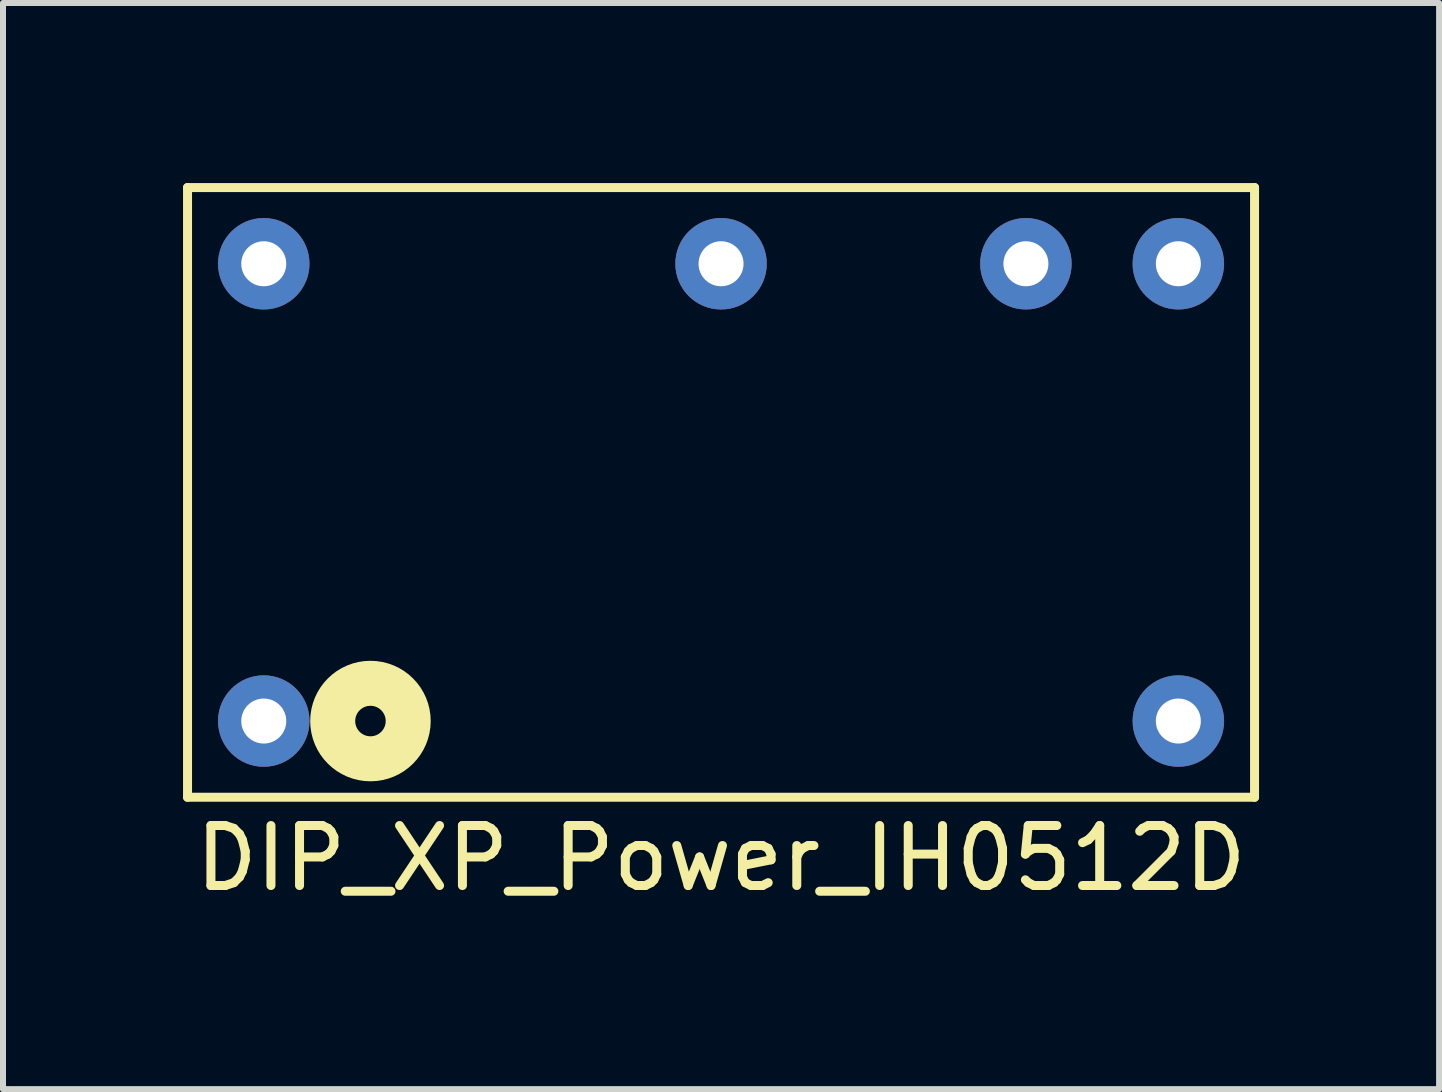
<source format=kicad_pcb>
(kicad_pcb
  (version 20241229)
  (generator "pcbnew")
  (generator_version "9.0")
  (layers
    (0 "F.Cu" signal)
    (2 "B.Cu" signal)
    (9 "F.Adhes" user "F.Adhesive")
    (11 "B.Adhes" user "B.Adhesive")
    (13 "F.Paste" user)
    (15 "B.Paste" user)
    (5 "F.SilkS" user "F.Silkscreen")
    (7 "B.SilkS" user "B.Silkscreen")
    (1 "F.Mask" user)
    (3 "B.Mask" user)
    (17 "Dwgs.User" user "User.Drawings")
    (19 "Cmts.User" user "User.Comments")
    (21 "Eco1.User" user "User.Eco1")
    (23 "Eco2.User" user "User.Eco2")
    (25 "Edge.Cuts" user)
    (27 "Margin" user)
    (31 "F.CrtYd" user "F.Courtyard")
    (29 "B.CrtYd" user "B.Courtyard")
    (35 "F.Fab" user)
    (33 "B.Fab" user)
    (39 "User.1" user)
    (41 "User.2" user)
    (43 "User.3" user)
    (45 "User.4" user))
  (footprint "DIP_XP_Power_IH0512D"
    (layer "F.Cu")
    (at 8.965 5.155)
    (property "Reference" "DIP_XP_Power_IH0512D" (at 0 6.096 0) (layer "F.SilkS") (effects (font (size 1 1) (thickness 0.15))))
    (attr through_hole)
    (fp_line (start -8.89 -5.08) (end -8.89 5.08) (stroke (width 0.15) (type solid)) (layer "F.SilkS"))
    (fp_line (start -8.89 5.08) (end 8.89 5.08) (stroke (width 0.15) (type solid)) (layer "F.SilkS"))
    (fp_line (start 8.89 -5.08) (end -8.89 -5.08) (stroke (width 0.15) (type solid)) (layer "F.SilkS"))
    (fp_line (start 8.89 5.08) (end 8.89 -5.08) (stroke (width 0.15) (type solid)) (layer "F.SilkS"))
    (fp_circle (center -5.842 3.81) (end -5.842 4.064) (stroke (width 0.75) (type solid)) (fill no) (layer "F.SilkS"))
    (pad "1" thru_hole circle (at -7.62 -3.81) (size 1.524 1.524) (drill 0.75) (layers "*.Cu" "*.Mask"))
    (pad "2" thru_hole circle (at -7.62 3.81) (size 1.524 1.524) (drill 0.75) (layers "*.Cu" "*.Mask"))
    (pad "3" thru_hole circle (at 0 -3.81) (size 1.524 1.524) (drill 0.75) (layers "*.Cu" "*.Mask"))
    (pad "4" thru_hole circle (at 7.62 -3.81) (size 1.524 1.524) (drill 0.75) (layers "*.Cu" "*.Mask"))
    (pad "5" thru_hole circle (at 5.08 -3.81) (size 1.524 1.524) (drill 0.75) (layers "*.Cu" "*.Mask"))
    (pad "~" thru_hole circle (at 7.62 3.81) (size 1.524 1.524) (drill 0.75) (layers "*.Cu" "*.Mask")))
  (gr_rect
    (start -3 -3)
    (end 20.93 15.099)
    (stroke (width 0.1) (type default))
    (fill no)
    (layer "Edge.Cuts")))
</source>
